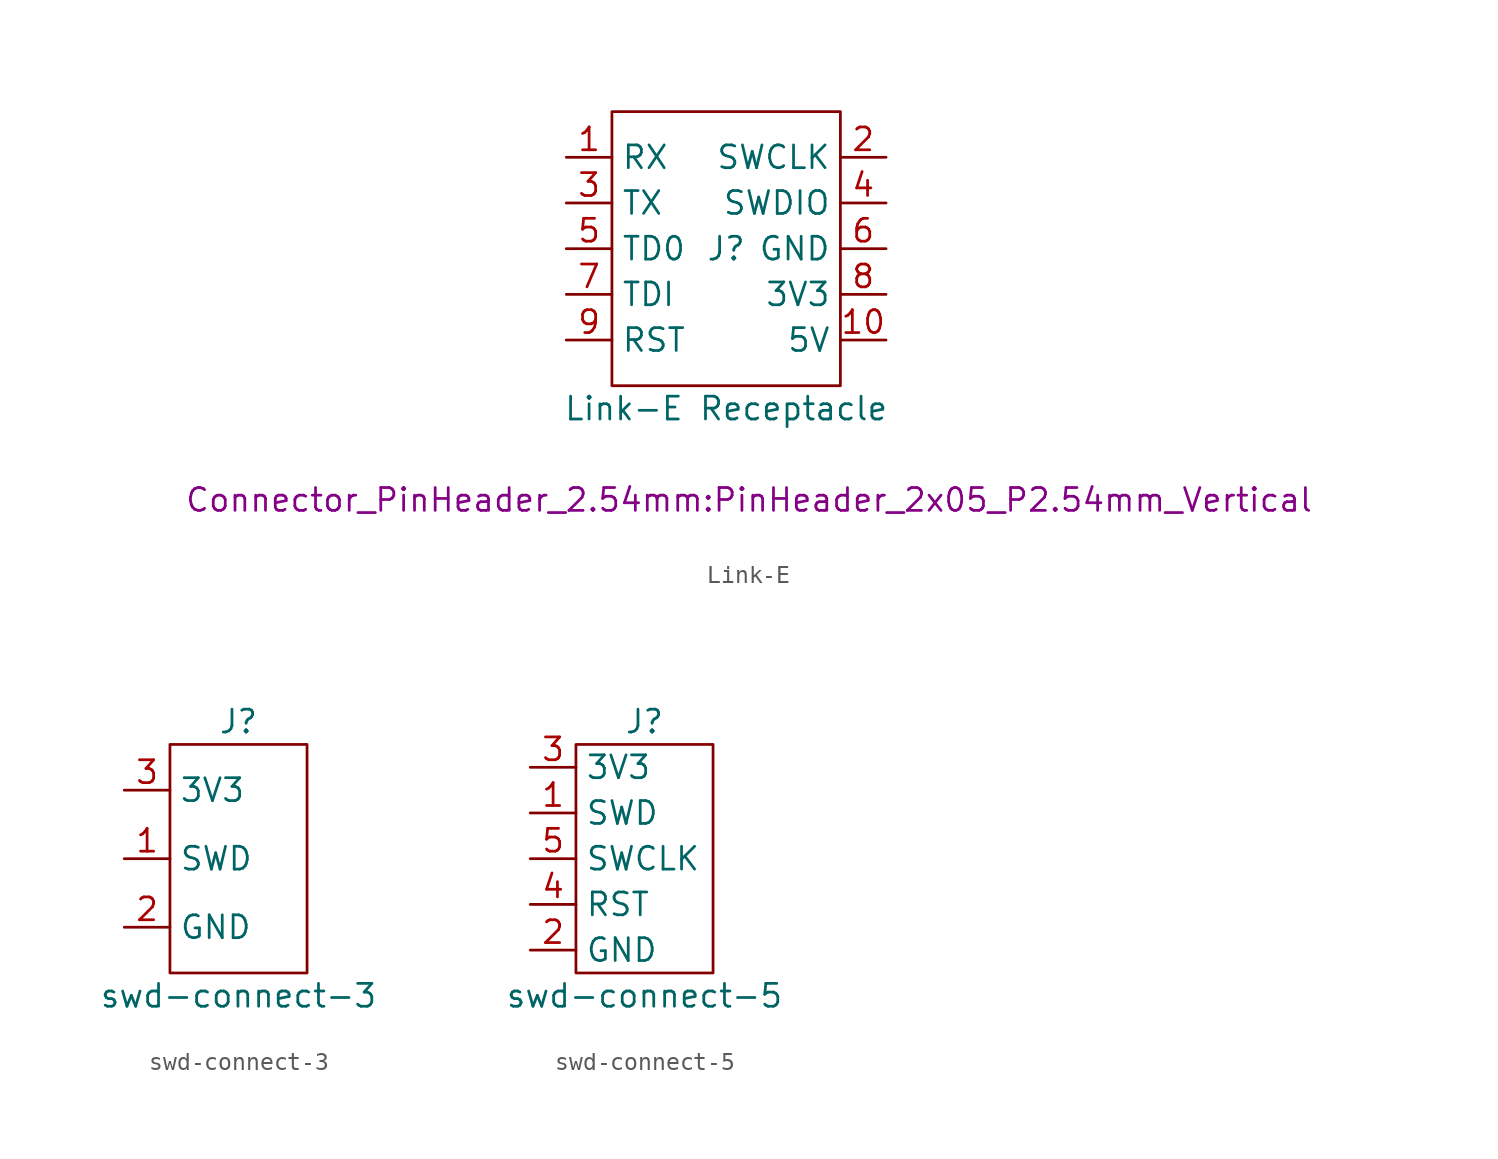
<source format=kicad_sym>
(kicad_symbol_lib
  (version 20220914)
  (generator kicad_symbol_editor)
  (symbol "Link-E"
    (property "Reference" "J"
      (at 0 0 0)
      (effects (font (size 1.27 1.27))))
    (property "Value" "Link-E Receptacle"
      (at 0 -8.89 0)
      (effects (font (size 1.27 1.27))))
    (property "Footprint" "Connector_PinHeader_2.54mm:PinHeader_2x05_P2.54mm_Vertical"
      (at 1.27 -13.97 0)
      (effects (font (size 1.27 1.27))))
    (symbol "Link-E_0_1"
      (rectangle (start -6.35 7.62) (end 6.35 -7.62) (stroke (width 0) (type default)) (fill (type none))))
    (symbol "Link-E_1_0"
      (pin unspecified line (at -8.89 5.08 0) (length 2.54) (name "RX" (effects (font (size 1.27 1.27)))) (number "1" (effects (font (size 1.27 1.27))))))
    (symbol "Link-E_1_1"
      (pin unspecified line (at 8.89 -5.08 180) (length 2.54) (name "5V" (effects (font (size 1.27 1.27)))) (number "10" (effects (font (size 1.27 1.27)))))
      (pin unspecified line (at 8.89 5.08 180) (length 2.54) (name "SWCLK" (effects (font (size 1.27 1.27)))) (number "2" (effects (font (size 1.27 1.27)))))
      (pin unspecified line (at -8.89 2.54 0) (length 2.54) (name "TX" (effects (font (size 1.27 1.27)))) (number "3" (effects (font (size 1.27 1.27)))))
      (pin unspecified line (at 8.89 2.54 180) (length 2.54) (name "SWDIO" (effects (font (size 1.27 1.27)))) (number "4" (effects (font (size 1.27 1.27)))))
      (pin unspecified line (at -8.89 0 0) (length 2.54) (name "TD0" (effects (font (size 1.27 1.27)))) (number "5" (effects (font (size 1.27 1.27)))))
      (pin unspecified line (at 8.89 0 180) (length 2.54) (name "GND" (effects (font (size 1.27 1.27)))) (number "6" (effects (font (size 1.27 1.27)))))
      (pin unspecified line (at -8.89 -2.54 0) (length 2.54) (name "TDI" (effects (font (size 1.27 1.27)))) (number "7" (effects (font (size 1.27 1.27)))))
      (pin unspecified line (at 8.89 -2.54 180) (length 2.54) (name "3V3" (effects (font (size 1.27 1.27)))) (number "8" (effects (font (size 1.27 1.27)))))
      (pin unspecified line (at -8.89 -5.08 0) (length 2.54) (name "RST" (effects (font (size 1.27 1.27)))) (number "9" (effects (font (size 1.27 1.27)))))))
  (symbol "swd-connect-3"
    (property "Reference" "J"
      (at 0 7.62 0)
      (effects (font (size 1.27 1.27))))
    (property "Value" "swd-connect-3"
      (at 0 -7.62 0)
      (effects (font (size 1.27 1.27))))
    (symbol "swd-connect-3_0_1"
      (rectangle (start -3.81 6.35) (end 3.81 -6.35) (stroke (width 0) (type default)) (fill (type none))))
    (symbol "swd-connect-3_1_1"
      (pin unspecified line (at -6.35 0 0) (length 2.54) (name "SWD" (effects (font (size 1.27 1.27)))) (number "1" (effects (font (size 1.27 1.27)))))
      (pin unspecified line (at -6.35 -3.81 0) (length 2.54) (name "GND" (effects (font (size 1.27 1.27)))) (number "2" (effects (font (size 1.27 1.27)))))
      (pin unspecified line (at -6.35 3.81 0) (length 2.54) (name "3V3" (effects (font (size 1.27 1.27)))) (number "3" (effects (font (size 1.27 1.27)))))))
  (symbol "swd-connect-5"
    (property "Reference" "J"
      (at 0 7.62 0)
      (effects (font (size 1.27 1.27))))
    (property "Value" "swd-connect-5"
      (at 0 -7.62 0)
      (effects (font (size 1.27 1.27))))
    (symbol "swd-connect-5_0_1"
      (rectangle (start -3.81 6.35) (end 3.81 -6.35) (stroke (width 0) (type default)) (fill (type none))))
    (symbol "swd-connect-5_1_1"
      (pin unspecified line (at -6.35 2.54 0) (length 2.54) (name "SWD" (effects (font (size 1.27 1.27)))) (number "1" (effects (font (size 1.27 1.27)))))
      (pin unspecified line (at -6.35 -5.08 0) (length 2.54) (name "GND" (effects (font (size 1.27 1.27)))) (number "2" (effects (font (size 1.27 1.27)))))
      (pin unspecified line (at -6.35 5.08 0) (length 2.54) (name "3V3" (effects (font (size 1.27 1.27)))) (number "3" (effects (font (size 1.27 1.27)))))
      (pin unspecified line (at -6.35 -2.54 0) (length 2.54) (name "RST" (effects (font (size 1.27 1.27)))) (number "4" (effects (font (size 1.27 1.27)))))
      (pin unspecified line (at -6.35 0 0) (length 2.54) (name "SWCLK" (effects (font (size 1.27 1.27)))) (number "5" (effects (font (size 1.27 1.27))))))))
</source>
